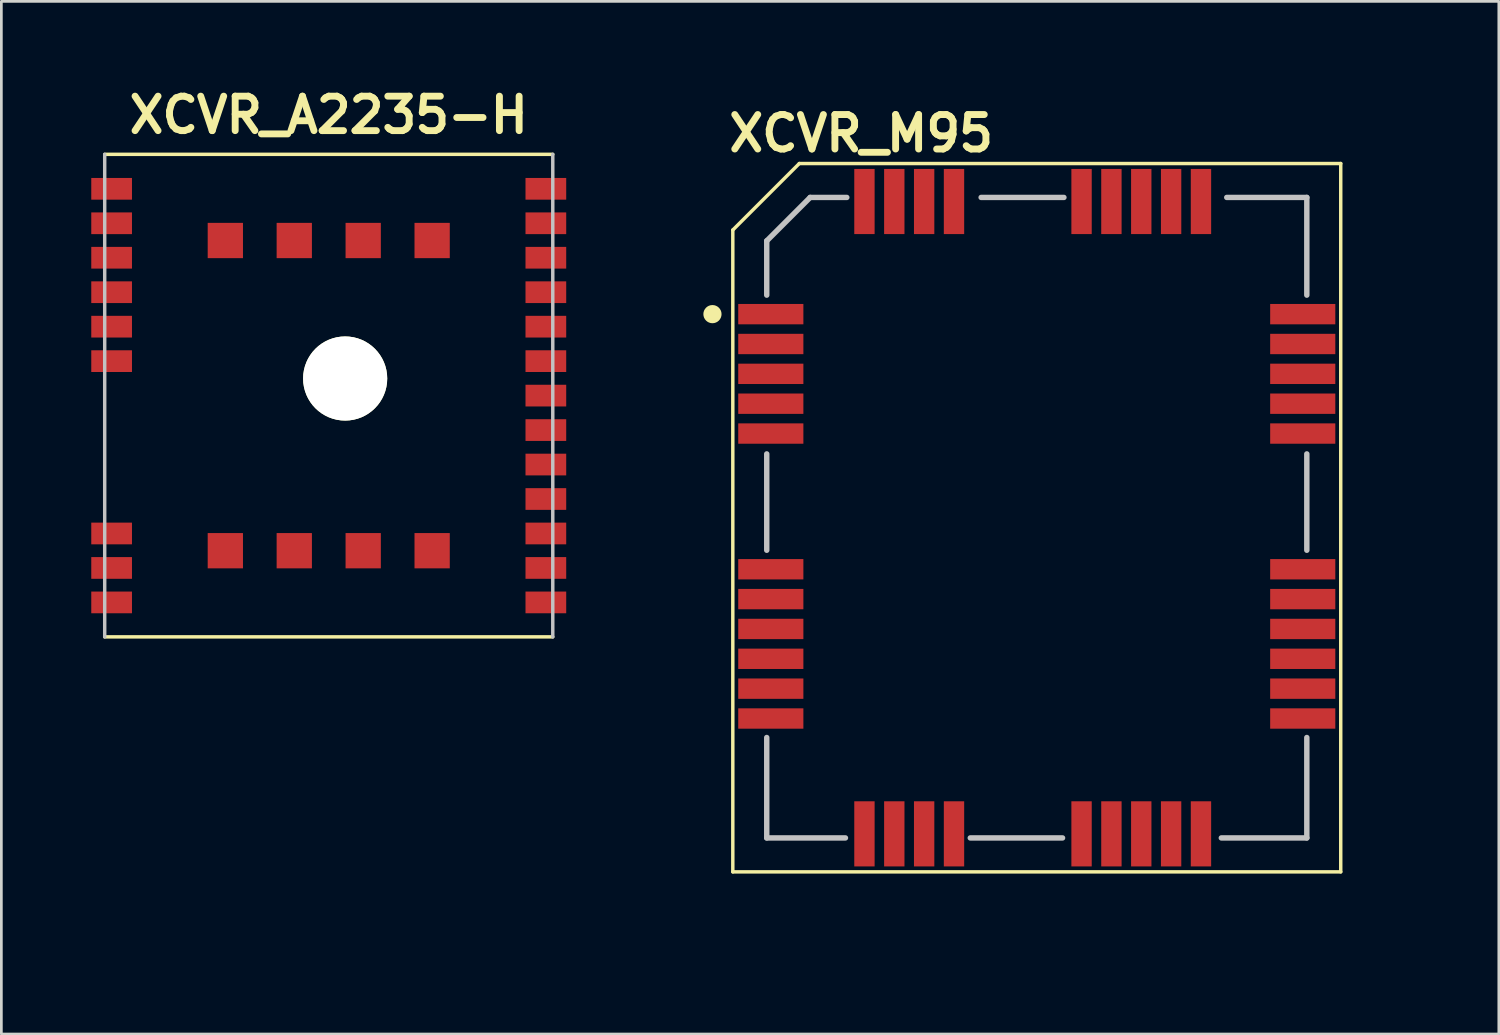
<source format=kicad_pcb>
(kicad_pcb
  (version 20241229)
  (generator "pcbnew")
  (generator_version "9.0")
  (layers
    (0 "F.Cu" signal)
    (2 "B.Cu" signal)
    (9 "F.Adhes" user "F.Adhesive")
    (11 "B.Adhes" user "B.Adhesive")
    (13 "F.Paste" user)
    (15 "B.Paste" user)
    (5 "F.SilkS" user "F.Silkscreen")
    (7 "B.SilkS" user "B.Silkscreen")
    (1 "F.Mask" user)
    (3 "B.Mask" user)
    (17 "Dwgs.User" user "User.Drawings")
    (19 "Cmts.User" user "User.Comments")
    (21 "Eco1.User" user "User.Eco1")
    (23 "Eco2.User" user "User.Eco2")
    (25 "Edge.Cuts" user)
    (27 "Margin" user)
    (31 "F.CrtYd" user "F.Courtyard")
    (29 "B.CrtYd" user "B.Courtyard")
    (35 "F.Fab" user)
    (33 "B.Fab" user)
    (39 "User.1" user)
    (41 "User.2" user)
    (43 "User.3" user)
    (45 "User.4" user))
  (footprint "XCVR_M95"
    (layer "F.Cu")
    (at 35.152 16.025)
    (property "Reference" "XCVR_M95" (at -6.471 -14.159 0) (layer "F.SilkS") (effects (font (size 1.27 1.27) (thickness 0.254))))
    (attr smd)
    (fp_line (start -11.2 -10.6) (end -8.75 -13.05) (stroke (width 0.127) (type solid)) (layer "F.SilkS"))
    (fp_line (start -11.2 13.05) (end -11.2 -10.6) (stroke (width 0.127) (type solid)) (layer "F.SilkS"))
    (fp_line (start -8.75 -13.05) (end 11.2 -13.05) (stroke (width 0.127) (type solid)) (layer "F.SilkS"))
    (fp_line (start 11.2 -13.05) (end 11.2 13.05) (stroke (width 0.127) (type solid)) (layer "F.SilkS"))
    (fp_line (start 11.2 13.05) (end -11.2 13.05) (stroke (width 0.127) (type solid)) (layer "F.SilkS"))
    (fp_circle (center -11.95 -7.5) (end -11.615 -7.5) (stroke (width 0) (type solid)) (fill yes) (layer "F.SilkS"))
    (fp_line (start -9.95 -10.2) (end -8.35 -11.8) (stroke (width 0.2) (type solid)) (layer "Dwgs.User"))
    (fp_line (start -9.95 -8.2) (end -9.95 -10.2) (stroke (width 0.2) (type solid)) (layer "Dwgs.User"))
    (fp_line (start -9.95 -2.35) (end -9.95 1.2) (stroke (width 0.2) (type solid)) (layer "Dwgs.User"))
    (fp_line (start -9.95 11.8) (end -9.95 8.1) (stroke (width 0.2) (type solid)) (layer "Dwgs.User"))
    (fp_line (start -8.35 -11.8) (end -7 -11.8) (stroke (width 0.2) (type solid)) (layer "Dwgs.User"))
    (fp_line (start -7.05 11.8) (end -9.95 11.8) (stroke (width 0.2) (type solid)) (layer "Dwgs.User"))
    (fp_line (start -2.05 -11.8) (end 1 -11.8) (stroke (width 0.2) (type solid)) (layer "Dwgs.User"))
    (fp_line (start 0.95 11.8) (end -2.45 11.8) (stroke (width 0.2) (type solid)) (layer "Dwgs.User"))
    (fp_line (start 7 -11.8) (end 9.95 -11.8) (stroke (width 0.2) (type solid)) (layer "Dwgs.User"))
    (fp_line (start 9.95 -11.8) (end 9.95 -8.2) (stroke (width 0.2) (type solid)) (layer "Dwgs.User"))
    (fp_line (start 9.95 -2.35) (end 9.95 1.2) (stroke (width 0.2) (type solid)) (layer "Dwgs.User"))
    (fp_line (start 9.95 8.1) (end 9.95 11.8) (stroke (width 0.2) (type solid)) (layer "Dwgs.User"))
    (fp_line (start 9.95 11.8) (end 6.8 11.8) (stroke (width 0.2) (type solid)) (layer "Dwgs.User"))
    (fp_line (start -14 -16) (end 14 -16) (stroke (width 0.05) (type solid)) (layer "Eco1.User"))
    (fp_line (start -14 16) (end -14 -16) (stroke (width 0.05) (type solid)) (layer "Eco1.User"))
    (fp_line (start 14 -16) (end 14 16) (stroke (width 0.05) (type solid)) (layer "Eco1.User"))
    (fp_line (start 14 16) (end -14 16) (stroke (width 0.05) (type solid)) (layer "Eco1.User"))
    (pad "1" smd rect (at -9.8 -7.5 90) (size 0.75 2.4) (layers "F.Cu" "F.Mask" "F.Paste"))
    (pad "2" smd rect (at -9.8 -6.4 90) (size 0.75 2.4) (layers "F.Cu" "F.Mask" "F.Paste"))
    (pad "3" smd rect (at -9.8 -5.3 90) (size 0.75 2.4) (layers "F.Cu" "F.Mask" "F.Paste"))
    (pad "4" smd rect (at -9.8 -4.2 90) (size 0.75 2.4) (layers "F.Cu" "F.Mask" "F.Paste"))
    (pad "5" smd rect (at -9.8 -3.1 90) (size 0.75 2.4) (layers "F.Cu" "F.Mask" "F.Paste"))
    (pad "6" smd rect (at -9.8 1.9 90) (size 0.75 2.4) (layers "F.Cu" "F.Mask" "F.Paste"))
    (pad "7" smd rect (at -9.8 3 90) (size 0.75 2.4) (layers "F.Cu" "F.Mask" "F.Paste"))
    (pad "8" smd rect (at -9.8 4.1 90) (size 0.75 2.4) (layers "F.Cu" "F.Mask" "F.Paste"))
    (pad "9" smd rect (at -9.8 5.2 90) (size 0.75 2.4) (layers "F.Cu" "F.Mask" "F.Paste"))
    (pad "10" smd rect (at -9.8 6.3 90) (size 0.75 2.4) (layers "F.Cu" "F.Mask" "F.Paste"))
    (pad "11" smd rect (at -9.8 7.4 90) (size 0.75 2.4) (layers "F.Cu" "F.Mask" "F.Paste"))
    (pad "12" smd rect (at -6.35 11.65 180) (size 0.75 2.4) (layers "F.Cu" "F.Mask" "F.Paste"))
    (pad "13" smd rect (at -5.25 11.65 180) (size 0.75 2.4) (layers "F.Cu" "F.Mask" "F.Paste"))
    (pad "14" smd rect (at -4.15 11.65 180) (size 0.75 2.4) (layers "F.Cu" "F.Mask" "F.Paste"))
    (pad "15" smd rect (at -3.05 11.65 180) (size 0.75 2.4) (layers "F.Cu" "F.Mask" "F.Paste"))
    (pad "16" smd rect (at 1.65 11.65 180) (size 0.75 2.4) (layers "F.Cu" "F.Mask" "F.Paste"))
    (pad "17" smd rect (at 2.75 11.65 180) (size 0.75 2.4) (layers "F.Cu" "F.Mask" "F.Paste"))
    (pad "18" smd rect (at 3.85 11.65 180) (size 0.75 2.4) (layers "F.Cu" "F.Mask" "F.Paste"))
    (pad "19" smd rect (at 4.95 11.65 180) (size 0.75 2.4) (layers "F.Cu" "F.Mask" "F.Paste"))
    (pad "20" smd rect (at 6.05 11.65 180) (size 0.75 2.4) (layers "F.Cu" "F.Mask" "F.Paste"))
    (pad "21" smd rect (at 9.8 7.4 90) (size 0.75 2.4) (layers "F.Cu" "F.Mask" "F.Paste"))
    (pad "22" smd rect (at 9.8 6.3 90) (size 0.75 2.4) (layers "F.Cu" "F.Mask" "F.Paste"))
    (pad "23" smd rect (at 9.8 5.2 90) (size 0.75 2.4) (layers "F.Cu" "F.Mask" "F.Paste"))
    (pad "24" smd rect (at 9.8 4.1 90) (size 0.75 2.4) (layers "F.Cu" "F.Mask" "F.Paste"))
    (pad "25" smd rect (at 9.8 3 90) (size 0.75 2.4) (layers "F.Cu" "F.Mask" "F.Paste"))
    (pad "26" smd rect (at 9.8 1.9 90) (size 0.75 2.4) (layers "F.Cu" "F.Mask" "F.Paste"))
    (pad "27" smd rect (at 9.8 -3.1 90) (size 0.75 2.4) (layers "F.Cu" "F.Mask" "F.Paste"))
    (pad "28" smd rect (at 9.8 -4.2 90) (size 0.75 2.4) (layers "F.Cu" "F.Mask" "F.Paste"))
    (pad "29" smd rect (at 9.8 -5.3 90) (size 0.75 2.4) (layers "F.Cu" "F.Mask" "F.Paste"))
    (pad "30" smd rect (at 9.8 -6.4 90) (size 0.75 2.4) (layers "F.Cu" "F.Mask" "F.Paste"))
    (pad "31" smd rect (at 9.8 -7.5 90) (size 0.75 2.4) (layers "F.Cu" "F.Mask" "F.Paste"))
    (pad "32" smd rect (at 6.05 -11.65 180) (size 0.75 2.4) (layers "F.Cu" "F.Mask" "F.Paste"))
    (pad "33" smd rect (at 4.95 -11.65 180) (size 0.75 2.4) (layers "F.Cu" "F.Mask" "F.Paste"))
    (pad "34" smd rect (at 3.85 -11.65 180) (size 0.75 2.4) (layers "F.Cu" "F.Mask" "F.Paste"))
    (pad "35" smd rect (at 2.75 -11.65 180) (size 0.75 2.4) (layers "F.Cu" "F.Mask" "F.Paste"))
    (pad "36" smd rect (at 1.65 -11.65 180) (size 0.75 2.4) (layers "F.Cu" "F.Mask" "F.Paste"))
    (pad "37" smd rect (at -3.05 -11.65 180) (size 0.75 2.4) (layers "F.Cu" "F.Mask" "F.Paste"))
    (pad "38" smd rect (at -4.15 -11.65 180) (size 0.75 2.4) (layers "F.Cu" "F.Mask" "F.Paste"))
    (pad "39" smd rect (at -5.25 -11.65 180) (size 0.75 2.4) (layers "F.Cu" "F.Mask" "F.Paste"))
    (pad "40" smd rect (at -6.35 -11.65 180) (size 0.75 2.4) (layers "F.Cu" "F.Mask" "F.Paste")))
  (footprint "XCVR_A2235-H"
    (layer "F.Cu")
    (at 9.063 11.527)
    (property "Reference" "XCVR_A2235-H" (at 0 -10.338 0) (layer "F.SilkS") (effects (font (size 1.27 1.27) (thickness 0.254))))
    (attr smd)
    (fp_line (start -8.255 8.89) (end 8.255 8.89) (stroke (width 0.127) (type solid)) (layer "F.SilkS"))
    (fp_line (start 8.255 -8.89) (end -8.255 -8.89) (stroke (width 0.127) (type solid)) (layer "F.SilkS"))
    (fp_line (start -8.255 -8.89) (end -8.255 8.89) (stroke (width 0.127) (type solid)) (layer "Dwgs.User"))
    (fp_line (start 8.255 8.89) (end 8.255 -8.89) (stroke (width 0.127) (type solid)) (layer "Dwgs.User"))
    (fp_line (start -9 -9.15) (end 9 -9.15) (stroke (width 0.127) (type solid)) (layer "Eco1.User"))
    (fp_line (start -9 9.15) (end -9 -9.15) (stroke (width 0.127) (type solid)) (layer "Eco1.User"))
    (fp_line (start 9 -9.15) (end 9 9.15) (stroke (width 0.127) (type solid)) (layer "Eco1.User"))
    (fp_line (start 9 9.15) (end -9 9.15) (stroke (width 0.127) (type solid)) (layer "Eco1.User"))
    (pad "" np_thru_hole circle (at 0.605 -0.63) (size 3.1 3.1) (drill 3.1) (layers "*.Cu" "*.Mask" "F.SilkS"))
    (pad "1" smd rect (at -8 -7.62) (size 1.5 0.8) (layers "F.Cu" "F.Mask" "F.Paste"))
    (pad "2" smd rect (at -8 -6.35) (size 1.5 0.8) (layers "F.Cu" "F.Mask" "F.Paste"))
    (pad "3" smd rect (at -8 -5.08) (size 1.5 0.8) (layers "F.Cu" "F.Mask" "F.Paste"))
    (pad "4" smd rect (at -8 -3.81) (size 1.5 0.8) (layers "F.Cu" "F.Mask" "F.Paste"))
    (pad "5" smd rect (at -8 -2.54) (size 1.5 0.8) (layers "F.Cu" "F.Mask" "F.Paste"))
    (pad "6" smd rect (at -8 -1.27) (size 1.5 0.8) (layers "F.Cu" "F.Mask" "F.Paste"))
    (pad "7" smd rect (at -8 5.08) (size 1.5 0.8) (layers "F.Cu" "F.Mask" "F.Paste"))
    (pad "8" smd rect (at -8 6.35) (size 1.5 0.8) (layers "F.Cu" "F.Mask" "F.Paste"))
    (pad "9" smd rect (at -8 7.62) (size 1.5 0.8) (layers "F.Cu" "F.Mask" "F.Paste"))
    (pad "10" smd rect (at 8 7.62) (size 1.5 0.8) (layers "F.Cu" "F.Mask" "F.Paste"))
    (pad "11" smd rect (at 8 6.35) (size 1.5 0.8) (layers "F.Cu" "F.Mask" "F.Paste"))
    (pad "12" smd rect (at 8 5.08) (size 1.5 0.8) (layers "F.Cu" "F.Mask" "F.Paste"))
    (pad "13" smd rect (at 8 3.81) (size 1.5 0.8) (layers "F.Cu" "F.Mask" "F.Paste"))
    (pad "14" smd rect (at 8 2.54) (size 1.5 0.8) (layers "F.Cu" "F.Mask" "F.Paste"))
    (pad "15" smd rect (at 8 1.27) (size 1.5 0.8) (layers "F.Cu" "F.Mask" "F.Paste"))
    (pad "16" smd rect (at 8 0) (size 1.5 0.8) (layers "F.Cu" "F.Mask" "F.Paste"))
    (pad "17" smd rect (at 8 -1.27) (size 1.5 0.8) (layers "F.Cu" "F.Mask" "F.Paste"))
    (pad "18" smd rect (at 8 -2.54) (size 1.5 0.8) (layers "F.Cu" "F.Mask" "F.Paste"))
    (pad "19" smd rect (at 8 -3.81) (size 1.5 0.8) (layers "F.Cu" "F.Mask" "F.Paste"))
    (pad "20" smd rect (at 8 -5.08) (size 1.5 0.8) (layers "F.Cu" "F.Mask" "F.Paste"))
    (pad "21" smd rect (at 8 -6.35) (size 1.5 0.8) (layers "F.Cu" "F.Mask" "F.Paste"))
    (pad "22" smd rect (at 8 -7.62) (size 1.5 0.8) (layers "F.Cu" "F.Mask" "F.Paste"))
    (pad "23" smd rect (at -3.81 -5.715) (size 1.3 1.3) (layers "F.Cu" "F.Mask" "F.Paste"))
    (pad "24" smd rect (at -1.27 -5.715) (size 1.3 1.3) (layers "F.Cu" "F.Mask" "F.Paste"))
    (pad "25" smd rect (at 1.27 -5.715) (size 1.3 1.3) (layers "F.Cu" "F.Mask" "F.Paste"))
    (pad "26" smd rect (at 3.81 -5.715) (size 1.3 1.3) (layers "F.Cu" "F.Mask" "F.Paste"))
    (pad "27" smd rect (at -3.81 5.715) (size 1.3 1.3) (layers "F.Cu" "F.Mask" "F.Paste"))
    (pad "28" smd rect (at -1.27 5.715) (size 1.3 1.3) (layers "F.Cu" "F.Mask" "F.Paste"))
    (pad "29" smd rect (at 1.27 5.715) (size 1.3 1.3) (layers "F.Cu" "F.Mask" "F.Paste"))
    (pad "30" smd rect (at 3.81 5.715) (size 1.3 1.3) (layers "F.Cu" "F.Mask" "F.Paste")))
  (gr_rect
    (start -3 -3)
    (end 52.177 35.05)
    (stroke (width 0.1) (type default))
    (fill no)
    (layer "Edge.Cuts")))
</source>
